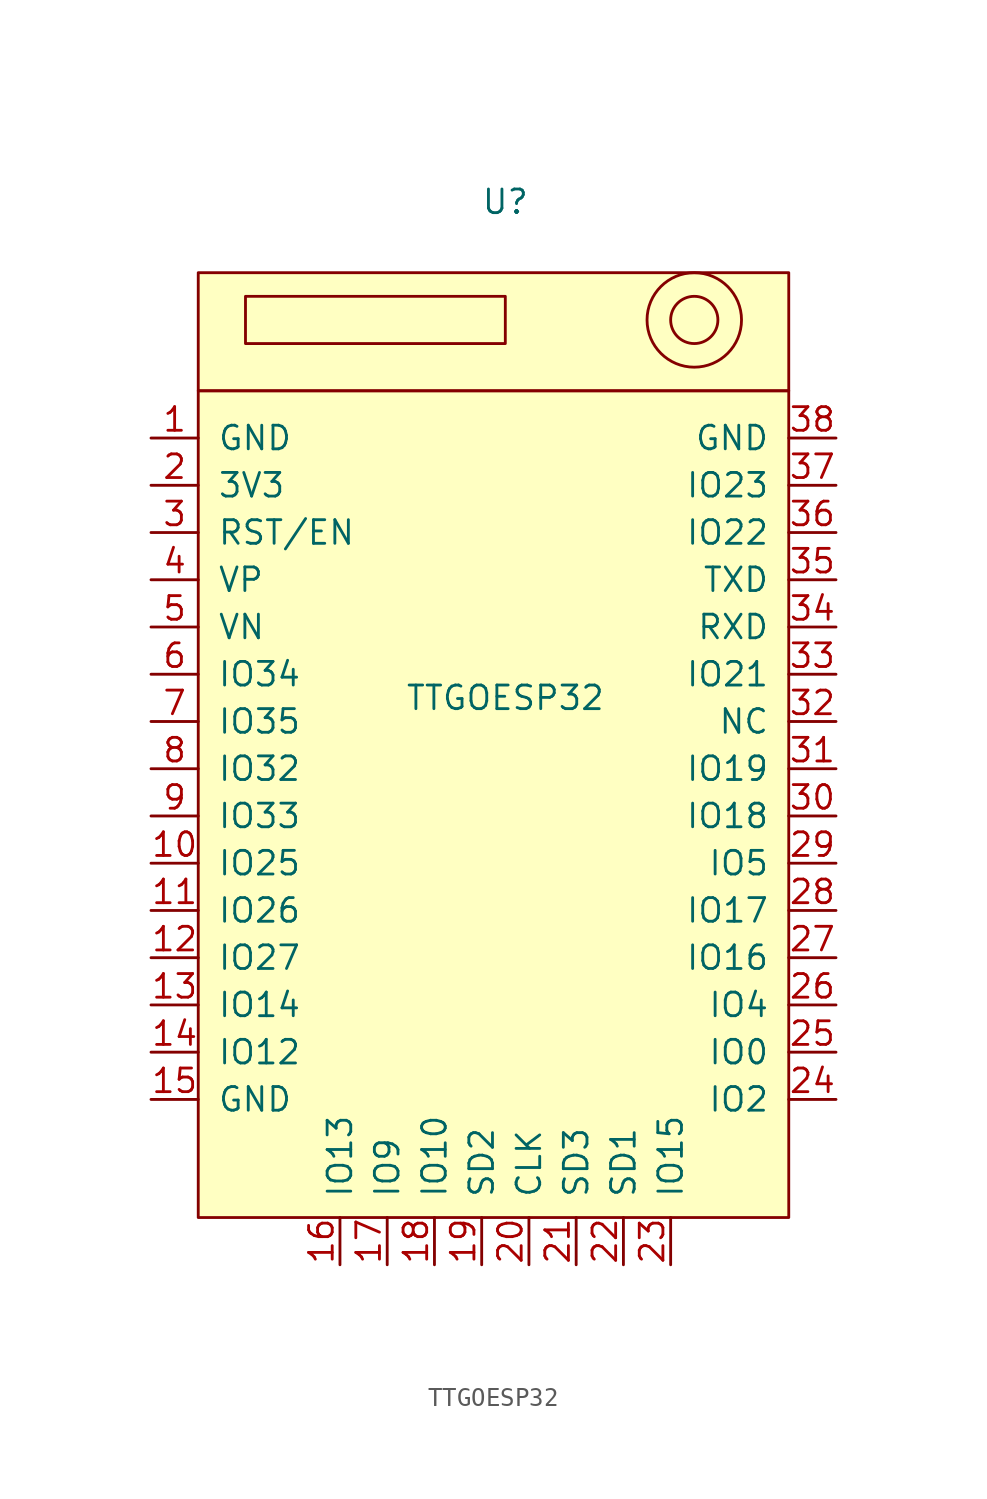
<source format=kicad_sym>
(kicad_symbol_lib
  (version 20211014)
  (generator kicad_symbol_editor)
  (symbol "TTGOESP32"
    (pin_names
      (offset 1.016))
    (property "Reference" "U"
      (at 0 12.7 0)
      (effects (font (size 1.27 1.27))))
    (property "Value" "TTGOESP32"
      (at 0 -13.97 0)
      (effects (font (size 1.27 1.27))))
    (symbol "TTGOESP32_0_1"
      (rectangle (start -16.51 -41.91) (end 15.24 2.54) (stroke (width 0) (type default) (color 0 0 0 0)) (fill (type background)))
      (rectangle (start -16.51 2.54) (end 15.24 8.89) (stroke (width 0) (type default) (color 0 0 0 0)) (fill (type background)))
      (rectangle (start -13.97 7.62) (end 0 5.08) (stroke (width 0) (type default) (color 0 0 0 0)) (fill (type none)))
      (circle (center 10.16 6.35) (radius 1.27) (stroke (width 0) (type default) (color 0 0 0 0)) (fill (type none)))
      (circle (center 10.16 6.35) (radius 2.54) (stroke (width 0) (type default) (color 0 0 0 0)) (fill (type none))))
    (symbol "TTGOESP32_1_1"
      (pin input line (at -19.05 0 0) (length 2.54) (name "GND" (effects (font (size 1.27 1.27)))) (number "1" (effects (font (size 1.27 1.27)))))
      (pin input line (at -19.05 -22.86 0) (length 2.54) (name "IO25" (effects (font (size 1.27 1.27)))) (number "10" (effects (font (size 1.27 1.27)))))
      (pin input line (at -19.05 -25.4 0) (length 2.54) (name "IO26" (effects (font (size 1.27 1.27)))) (number "11" (effects (font (size 1.27 1.27)))))
      (pin input line (at -19.05 -27.94 0) (length 2.54) (name "IO27" (effects (font (size 1.27 1.27)))) (number "12" (effects (font (size 1.27 1.27)))))
      (pin input line (at -19.05 -30.48 0) (length 2.54) (name "IO14" (effects (font (size 1.27 1.27)))) (number "13" (effects (font (size 1.27 1.27)))))
      (pin input line (at -19.05 -33.02 0) (length 2.54) (name "IO12" (effects (font (size 1.27 1.27)))) (number "14" (effects (font (size 1.27 1.27)))))
      (pin input line (at -19.05 -35.56 0) (length 2.54) (name "GND" (effects (font (size 1.27 1.27)))) (number "15" (effects (font (size 1.27 1.27)))))
      (pin input line (at -8.89 -44.45 90) (length 2.54) (name "IO13" (effects (font (size 1.27 1.27)))) (number "16" (effects (font (size 1.27 1.27)))))
      (pin input line (at -6.35 -44.45 90) (length 2.54) (name "IO9" (effects (font (size 1.27 1.27)))) (number "17" (effects (font (size 1.27 1.27)))))
      (pin input line (at -3.81 -44.45 90) (length 2.54) (name "IO10" (effects (font (size 1.27 1.27)))) (number "18" (effects (font (size 1.27 1.27)))))
      (pin input line (at -1.27 -44.45 90) (length 2.54) (name "SD2" (effects (font (size 1.27 1.27)))) (number "19" (effects (font (size 1.27 1.27)))))
      (pin input line (at -19.05 -2.54 0) (length 2.54) (name "3V3" (effects (font (size 1.27 1.27)))) (number "2" (effects (font (size 1.27 1.27)))))
      (pin input line (at 1.27 -44.45 90) (length 2.54) (name "CLK" (effects (font (size 1.27 1.27)))) (number "20" (effects (font (size 1.27 1.27)))))
      (pin input line (at 3.81 -44.45 90) (length 2.54) (name "SD3" (effects (font (size 1.27 1.27)))) (number "21" (effects (font (size 1.27 1.27)))))
      (pin input line (at 6.35 -44.45 90) (length 2.54) (name "SD1" (effects (font (size 1.27 1.27)))) (number "22" (effects (font (size 1.27 1.27)))))
      (pin input line (at 8.89 -44.45 90) (length 2.54) (name "IO15" (effects (font (size 1.27 1.27)))) (number "23" (effects (font (size 1.27 1.27)))))
      (pin input line (at 17.78 -35.56 180) (length 2.54) (name "IO2" (effects (font (size 1.27 1.27)))) (number "24" (effects (font (size 1.27 1.27)))))
      (pin input line (at 17.78 -33.02 180) (length 2.54) (name "IO0" (effects (font (size 1.27 1.27)))) (number "25" (effects (font (size 1.27 1.27)))))
      (pin input line (at 17.78 -30.48 180) (length 2.54) (name "IO4" (effects (font (size 1.27 1.27)))) (number "26" (effects (font (size 1.27 1.27)))))
      (pin input line (at 17.78 -27.94 180) (length 2.54) (name "IO16" (effects (font (size 1.27 1.27)))) (number "27" (effects (font (size 1.27 1.27)))))
      (pin input line (at 17.78 -25.4 180) (length 2.54) (name "IO17" (effects (font (size 1.27 1.27)))) (number "28" (effects (font (size 1.27 1.27)))))
      (pin input line (at 17.78 -22.86 180) (length 2.54) (name "IO5" (effects (font (size 1.27 1.27)))) (number "29" (effects (font (size 1.27 1.27)))))
      (pin input line (at -19.05 -5.08 0) (length 2.54) (name "RST/EN" (effects (font (size 1.27 1.27)))) (number "3" (effects (font (size 1.27 1.27)))))
      (pin input line (at 17.78 -20.32 180) (length 2.54) (name "IO18" (effects (font (size 1.27 1.27)))) (number "30" (effects (font (size 1.27 1.27)))))
      (pin input line (at 17.78 -17.78 180) (length 2.54) (name "IO19" (effects (font (size 1.27 1.27)))) (number "31" (effects (font (size 1.27 1.27)))))
      (pin input line (at 17.78 -15.24 180) (length 2.54) (name "NC" (effects (font (size 1.27 1.27)))) (number "32" (effects (font (size 1.27 1.27)))))
      (pin input line (at 17.78 -12.7 180) (length 2.54) (name "IO21" (effects (font (size 1.27 1.27)))) (number "33" (effects (font (size 1.27 1.27)))))
      (pin input line (at 17.78 -10.16 180) (length 2.54) (name "RXD" (effects (font (size 1.27 1.27)))) (number "34" (effects (font (size 1.27 1.27)))))
      (pin input line (at 17.78 -7.62 180) (length 2.54) (name "TXD" (effects (font (size 1.27 1.27)))) (number "35" (effects (font (size 1.27 1.27)))))
      (pin input line (at 17.78 -5.08 180) (length 2.54) (name "IO22" (effects (font (size 1.27 1.27)))) (number "36" (effects (font (size 1.27 1.27)))))
      (pin input line (at 17.78 -2.54 180) (length 2.54) (name "IO23" (effects (font (size 1.27 1.27)))) (number "37" (effects (font (size 1.27 1.27)))))
      (pin input line (at 17.78 0 180) (length 2.54) (name "GND" (effects (font (size 1.27 1.27)))) (number "38" (effects (font (size 1.27 1.27)))))
      (pin input line (at -19.05 -7.62 0) (length 2.54) (name "VP" (effects (font (size 1.27 1.27)))) (number "4" (effects (font (size 1.27 1.27)))))
      (pin input line (at -19.05 -10.16 0) (length 2.54) (name "VN" (effects (font (size 1.27 1.27)))) (number "5" (effects (font (size 1.27 1.27)))))
      (pin input line (at -19.05 -12.7 0) (length 2.54) (name "IO34" (effects (font (size 1.27 1.27)))) (number "6" (effects (font (size 1.27 1.27)))))
      (pin input line (at -19.05 -15.24 0) (length 2.54) (name "IO35" (effects (font (size 1.27 1.27)))) (number "7" (effects (font (size 1.27 1.27)))))
      (pin input line (at -19.05 -17.78 0) (length 2.54) (name "IO32" (effects (font (size 1.27 1.27)))) (number "8" (effects (font (size 1.27 1.27)))))
      (pin input line (at -19.05 -20.32 0) (length 2.54) (name "IO33" (effects (font (size 1.27 1.27)))) (number "9" (effects (font (size 1.27 1.27))))))))
</source>
